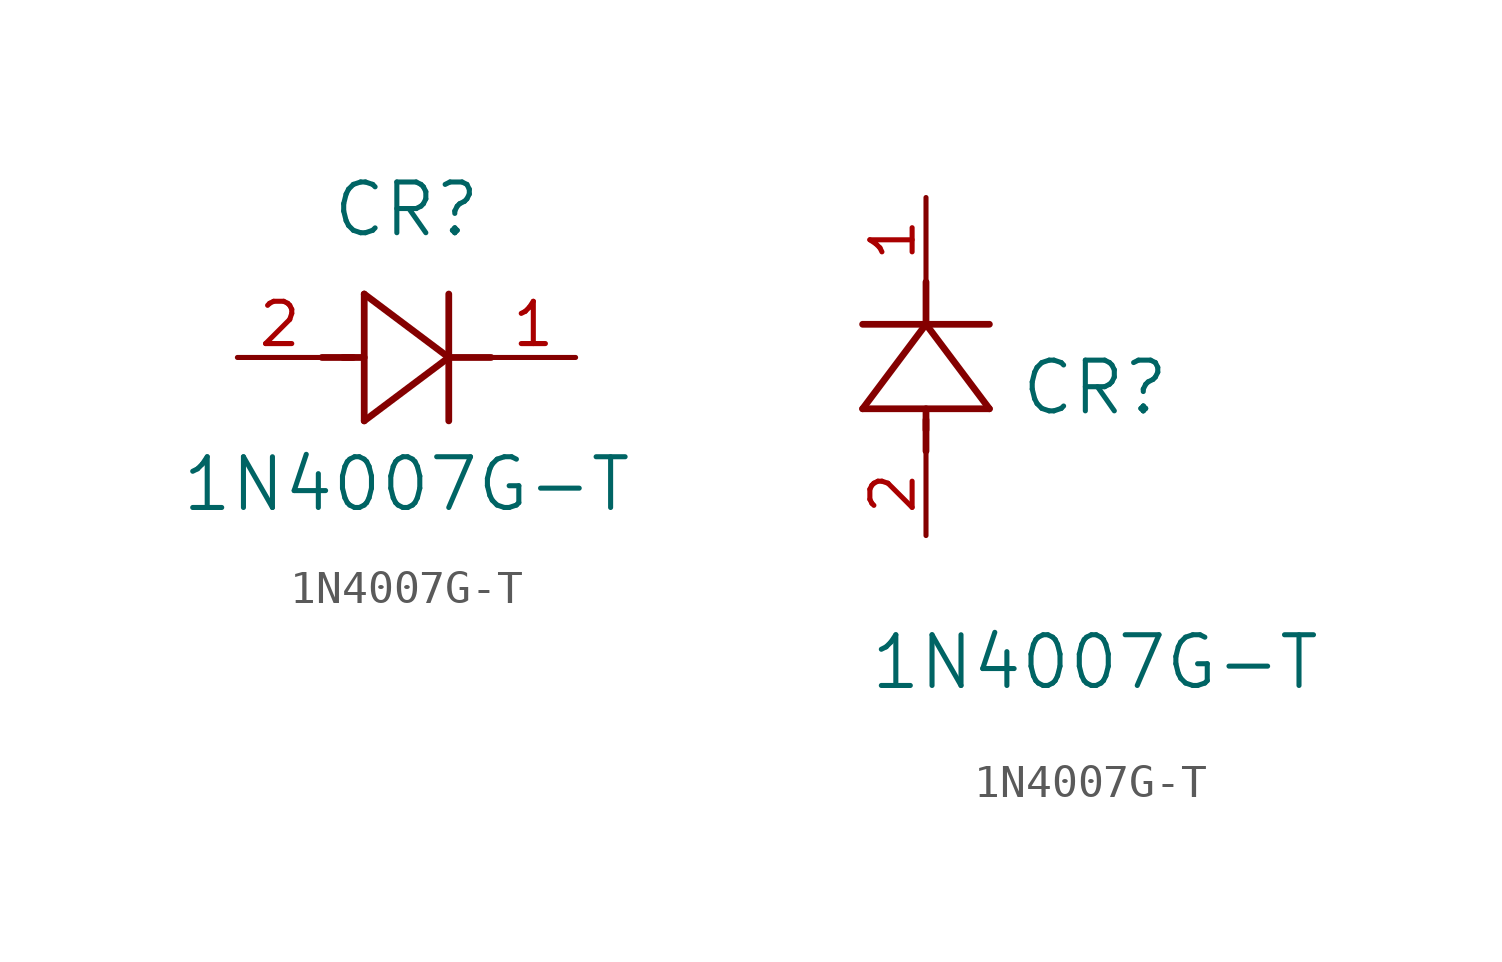
<source format=kicad_sym>
(kicad_symbol_lib
  (version 20211014)
  (generator kicad_symbol_editor)
  (symbol "1N4007G-T"
    (pin_names
      (offset 0.254))
    (property "Reference" "CR"
      (at 5.08 4.445 0)
      (effects (font (size 1.524 1.524))))
    (property "Value" "1N4007G-T"
      (at 5.08 -3.81 0)
      (effects (font (size 1.524 1.524))))
    (symbol "1N4007G-T_1_1"
      (polyline (pts (xy 2.54 0) (xy 3.48 0)) (stroke (width 0.203) (type default) (color 0 0 0 0)) (fill (type none)))
      (polyline (pts (xy 3.81 1.905) (xy 3.81 -1.905)) (stroke (width 0.203) (type default) (color 0 0 0 0)) (fill (type none)))
      (polyline (pts (xy 3.175 0) (xy 3.81 0)) (stroke (width 0.203) (type default) (color 0 0 0 0)) (fill (type none)))
      (polyline (pts (xy 6.35 -1.905) (xy 6.35 1.905)) (stroke (width 0.203) (type default) (color 0 0 0 0)) (fill (type none)))
      (polyline (pts (xy 6.35 0) (xy 7.62 0)) (stroke (width 0.203) (type default) (color 0 0 0 0)) (fill (type none)))
      (polyline (pts (xy 6.35 0) (xy 3.81 1.905)) (stroke (width 0.203) (type default) (color 0 0 0 0)) (fill (type none)))
      (polyline (pts (xy 3.81 -1.905) (xy 6.35 0)) (stroke (width 0.203) (type default) (color 0 0 0 0)) (fill (type none)))
      (pin unspecified line (at 0 0 0) (length 2.54) (name "" (effects (font (size 1.27 1.27)))) (number "2" (effects (font (size 1.27 1.27)))))
      (pin unspecified line (at 10.16 0 180) (length 2.54) (name "" (effects (font (size 1.27 1.27)))) (number "1" (effects (font (size 1.27 1.27))))))
    (symbol "1N4007G-T_1_2"
      (polyline (pts (xy 0 2.54) (xy 0 3.48)) (stroke (width 0.203) (type default) (color 0 0 0 0)) (fill (type none)))
      (polyline (pts (xy -1.905 3.81) (xy 1.905 3.81)) (stroke (width 0.203) (type default) (color 0 0 0 0)) (fill (type none)))
      (polyline (pts (xy 0 3.175) (xy 0 3.81)) (stroke (width 0.203) (type default) (color 0 0 0 0)) (fill (type none)))
      (polyline (pts (xy 1.905 6.35) (xy -1.905 6.35)) (stroke (width 0.203) (type default) (color 0 0 0 0)) (fill (type none)))
      (polyline (pts (xy 0 6.35) (xy 0 7.62)) (stroke (width 0.203) (type default) (color 0 0 0 0)) (fill (type none)))
      (polyline (pts (xy 0 6.35) (xy -1.905 3.81)) (stroke (width 0.203) (type default) (color 0 0 0 0)) (fill (type none)))
      (polyline (pts (xy 1.905 3.81) (xy 0 6.35)) (stroke (width 0.203) (type default) (color 0 0 0 0)) (fill (type none)))
      (pin unspecified line (at 0 0 90) (length 2.54) (name "" (effects (font (size 1.27 1.27)))) (number "2" (effects (font (size 1.27 1.27)))))
      (pin unspecified line (at 0 10.16 270) (length 2.54) (name "" (effects (font (size 1.27 1.27)))) (number "1" (effects (font (size 1.27 1.27))))))))
</source>
